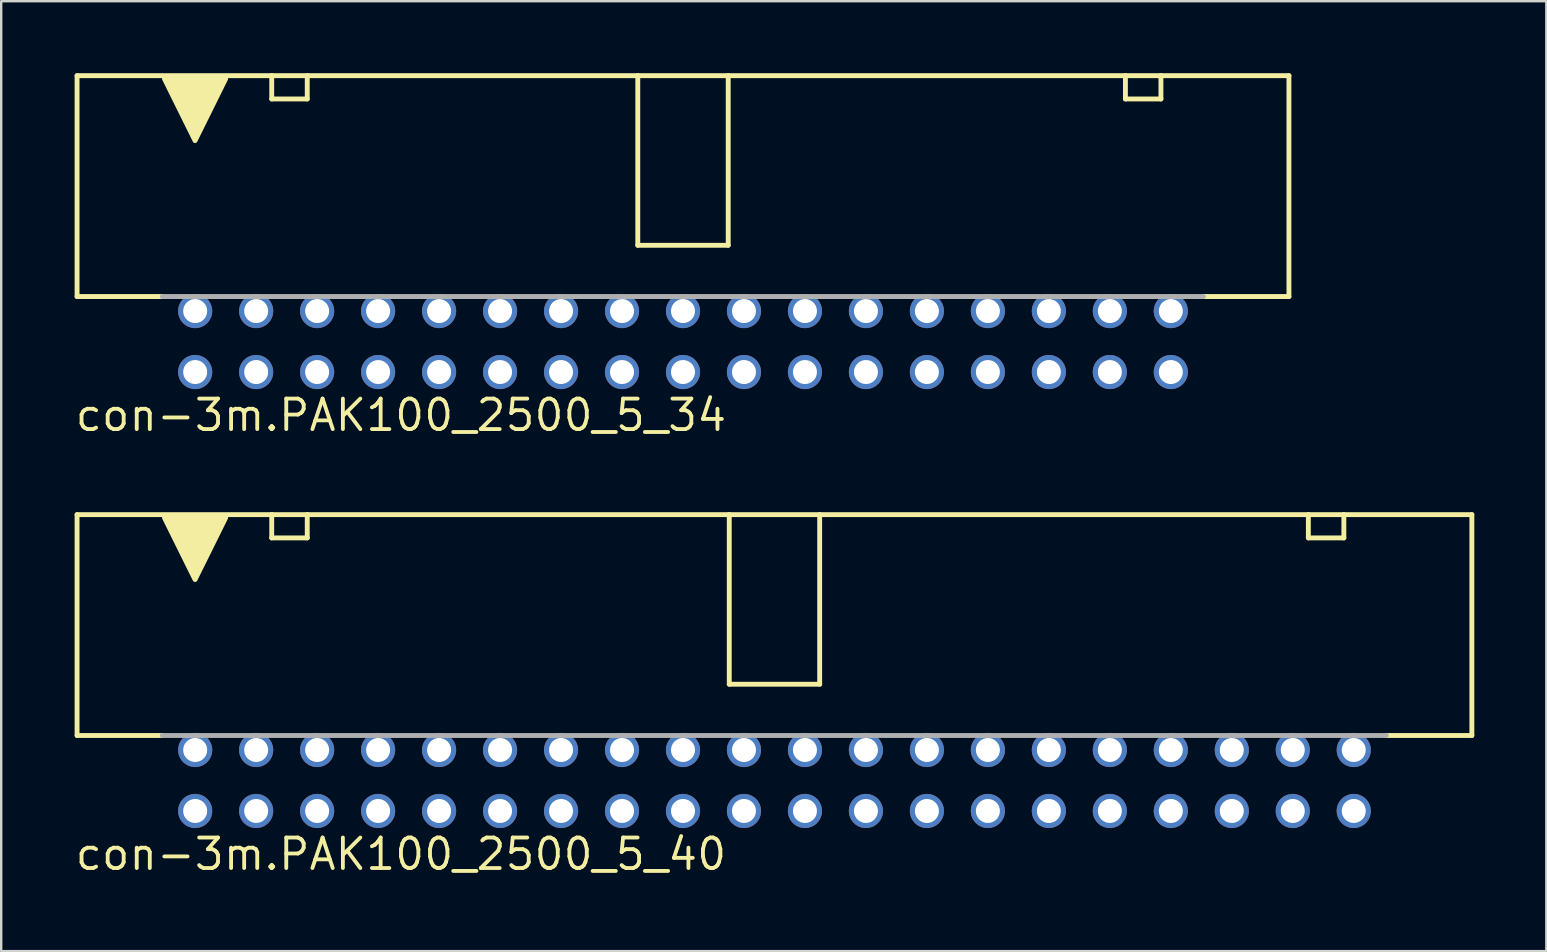
<source format=kicad_pcb>
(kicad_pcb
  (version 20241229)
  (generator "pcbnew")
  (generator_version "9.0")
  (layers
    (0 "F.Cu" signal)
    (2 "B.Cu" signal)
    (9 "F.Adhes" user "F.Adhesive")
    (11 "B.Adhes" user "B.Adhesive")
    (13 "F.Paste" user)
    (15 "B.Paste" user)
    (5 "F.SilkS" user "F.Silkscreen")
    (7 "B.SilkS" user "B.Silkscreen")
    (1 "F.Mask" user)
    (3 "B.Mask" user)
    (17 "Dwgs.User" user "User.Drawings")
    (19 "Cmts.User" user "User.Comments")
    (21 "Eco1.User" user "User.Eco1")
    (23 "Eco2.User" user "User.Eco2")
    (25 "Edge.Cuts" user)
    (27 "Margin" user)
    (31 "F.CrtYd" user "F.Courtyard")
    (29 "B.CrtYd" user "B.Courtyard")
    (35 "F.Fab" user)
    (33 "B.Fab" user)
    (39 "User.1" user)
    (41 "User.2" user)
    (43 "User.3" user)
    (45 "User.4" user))
  (footprint "con-3m.PAK100_2500_5_40"
    (layer "F.Cu")
    (at 29.21 29.461)
    (property "Reference" "con-3m.PAK100_2500_5_40" (at -29.21 3.81 0) (layer "F.SilkS") (effects (font (size 1.27 1.27) (thickness 0.16)) (justify left bottom)))
    (attr through_hole)
    (fp_line (start -29.05 -11.075) (end -29.05 -1.875) (stroke (width 0.203) (type default)) (layer "F.SilkS"))
    (fp_line (start -25.506 -1.875) (end -29.05 -1.875) (stroke (width 0.203) (type default)) (layer "F.SilkS"))
    (fp_line (start -20.941 -11.075) (end -29.05 -11.075) (stroke (width 0.203) (type default)) (layer "F.SilkS"))
    (fp_line (start -20.941 -11.075) (end -19.462 -11.075) (stroke (width 0.203) (type default)) (layer "F.SilkS"))
    (fp_line (start -20.941 -10.105) (end -20.941 -11.075) (stroke (width 0.203) (type default)) (layer "F.SilkS"))
    (fp_line (start -19.462 -11.075) (end -19.462 -10.105) (stroke (width 0.203) (type default)) (layer "F.SilkS"))
    (fp_line (start -19.462 -10.105) (end -20.941 -10.105) (stroke (width 0.203) (type default)) (layer "F.SilkS"))
    (fp_line (start -1.883 -11.075) (end -19.462 -11.075) (stroke (width 0.203) (type default)) (layer "F.SilkS"))
    (fp_line (start -1.883 -4.01) (end -1.883 -11.075) (stroke (width 0.203) (type default)) (layer "F.SilkS"))
    (fp_line (start 1.883 -11.075) (end -1.883 -11.075) (stroke (width 0.203) (type default)) (layer "F.SilkS"))
    (fp_line (start 1.883 -11.075) (end 1.883 -4.01) (stroke (width 0.203) (type default)) (layer "F.SilkS"))
    (fp_line (start 1.883 -4.01) (end -1.883 -4.01) (stroke (width 0.203) (type default)) (layer "F.SilkS"))
    (fp_line (start 22.239 -11.075) (end 1.883 -11.075) (stroke (width 0.203) (type default)) (layer "F.SilkS"))
    (fp_line (start 22.239 -11.075) (end 23.718 -11.075) (stroke (width 0.203) (type default)) (layer "F.SilkS"))
    (fp_line (start 22.239 -10.105) (end 22.239 -11.075) (stroke (width 0.203) (type default)) (layer "F.SilkS"))
    (fp_line (start 23.718 -11.075) (end 23.718 -10.105) (stroke (width 0.203) (type default)) (layer "F.SilkS"))
    (fp_line (start 23.718 -10.105) (end 22.239 -10.105) (stroke (width 0.203) (type default)) (layer "F.SilkS"))
    (fp_line (start 29.05 -11.075) (end 23.718 -11.075) (stroke (width 0.203) (type default)) (layer "F.SilkS"))
    (fp_line (start 29.05 -1.875) (end 25.493 -1.875) (stroke (width 0.203) (type default)) (layer "F.SilkS"))
    (fp_line (start 29.05 -1.875) (end 29.05 -11.075) (stroke (width 0.203) (type default)) (layer "F.SilkS"))
    (fp_poly (pts (xy -25.41 -10.945) (xy -22.86 -10.945) (xy -24.135 -8.37)) (stroke (width 0.203) (type default)) (fill yes) (layer "F.SilkS"))
    (fp_line (start 25.489 -1.875) (end -25.502 -1.875) (stroke (width 0.203) (type default)) (layer "F.Fab"))
    (pad "1" thru_hole circle (at -24.13 1.27) (size 1.422 1.422) (drill 1) (layers "*.Cu" "*.Mask"))
    (pad "2" thru_hole circle (at -24.13 -1.27) (size 1.422 1.422) (drill 1) (layers "*.Cu" "*.Mask"))
    (pad "3" thru_hole circle (at -21.59 1.27) (size 1.422 1.422) (drill 1) (layers "*.Cu" "*.Mask"))
    (pad "4" thru_hole circle (at -21.59 -1.27) (size 1.422 1.422) (drill 1) (layers "*.Cu" "*.Mask"))
    (pad "5" thru_hole circle (at -19.05 1.27) (size 1.422 1.422) (drill 1) (layers "*.Cu" "*.Mask"))
    (pad "6" thru_hole circle (at -19.05 -1.27) (size 1.422 1.422) (drill 1) (layers "*.Cu" "*.Mask"))
    (pad "7" thru_hole circle (at -16.51 1.27) (size 1.422 1.422) (drill 1) (layers "*.Cu" "*.Mask"))
    (pad "8" thru_hole circle (at -16.51 -1.27) (size 1.422 1.422) (drill 1) (layers "*.Cu" "*.Mask"))
    (pad "9" thru_hole circle (at -13.97 1.27) (size 1.422 1.422) (drill 1) (layers "*.Cu" "*.Mask"))
    (pad "10" thru_hole circle (at -13.97 -1.27) (size 1.422 1.422) (drill 1) (layers "*.Cu" "*.Mask"))
    (pad "11" thru_hole circle (at -11.43 1.27) (size 1.422 1.422) (drill 1) (layers "*.Cu" "*.Mask"))
    (pad "12" thru_hole circle (at -11.43 -1.27) (size 1.422 1.422) (drill 1) (layers "*.Cu" "*.Mask"))
    (pad "13" thru_hole circle (at -8.89 1.27) (size 1.422 1.422) (drill 1) (layers "*.Cu" "*.Mask"))
    (pad "14" thru_hole circle (at -8.89 -1.27) (size 1.422 1.422) (drill 1) (layers "*.Cu" "*.Mask"))
    (pad "15" thru_hole circle (at -6.35 1.27) (size 1.422 1.422) (drill 1) (layers "*.Cu" "*.Mask"))
    (pad "16" thru_hole circle (at -6.35 -1.27) (size 1.422 1.422) (drill 1) (layers "*.Cu" "*.Mask"))
    (pad "17" thru_hole circle (at -3.81 1.27) (size 1.422 1.422) (drill 1) (layers "*.Cu" "*.Mask"))
    (pad "18" thru_hole circle (at -3.81 -1.27) (size 1.422 1.422) (drill 1) (layers "*.Cu" "*.Mask"))
    (pad "19" thru_hole circle (at -1.27 1.27) (size 1.422 1.422) (drill 1) (layers "*.Cu" "*.Mask"))
    (pad "20" thru_hole circle (at -1.27 -1.27) (size 1.422 1.422) (drill 1) (layers "*.Cu" "*.Mask"))
    (pad "21" thru_hole circle (at 1.27 1.27) (size 1.422 1.422) (drill 1) (layers "*.Cu" "*.Mask"))
    (pad "22" thru_hole circle (at 1.27 -1.27) (size 1.422 1.422) (drill 1) (layers "*.Cu" "*.Mask"))
    (pad "23" thru_hole circle (at 3.81 1.27) (size 1.422 1.422) (drill 1) (layers "*.Cu" "*.Mask"))
    (pad "24" thru_hole circle (at 3.81 -1.27) (size 1.422 1.422) (drill 1) (layers "*.Cu" "*.Mask"))
    (pad "25" thru_hole circle (at 6.35 1.27) (size 1.422 1.422) (drill 1) (layers "*.Cu" "*.Mask"))
    (pad "26" thru_hole circle (at 6.35 -1.27) (size 1.422 1.422) (drill 1) (layers "*.Cu" "*.Mask"))
    (pad "27" thru_hole circle (at 8.89 1.27) (size 1.422 1.422) (drill 1) (layers "*.Cu" "*.Mask"))
    (pad "28" thru_hole circle (at 8.89 -1.27) (size 1.422 1.422) (drill 1) (layers "*.Cu" "*.Mask"))
    (pad "29" thru_hole circle (at 11.43 1.27) (size 1.422 1.422) (drill 1) (layers "*.Cu" "*.Mask"))
    (pad "30" thru_hole circle (at 11.43 -1.27) (size 1.422 1.422) (drill 1) (layers "*.Cu" "*.Mask"))
    (pad "31" thru_hole circle (at 13.97 1.27) (size 1.422 1.422) (drill 1) (layers "*.Cu" "*.Mask"))
    (pad "32" thru_hole circle (at 13.97 -1.27) (size 1.422 1.422) (drill 1) (layers "*.Cu" "*.Mask"))
    (pad "33" thru_hole circle (at 16.51 1.27) (size 1.422 1.422) (drill 1) (layers "*.Cu" "*.Mask"))
    (pad "34" thru_hole circle (at 16.51 -1.27) (size 1.422 1.422) (drill 1) (layers "*.Cu" "*.Mask"))
    (pad "35" thru_hole circle (at 19.05 1.27) (size 1.422 1.422) (drill 1) (layers "*.Cu" "*.Mask"))
    (pad "36" thru_hole circle (at 19.05 -1.27) (size 1.422 1.422) (drill 1) (layers "*.Cu" "*.Mask"))
    (pad "37" thru_hole circle (at 21.59 1.27) (size 1.422 1.422) (drill 1) (layers "*.Cu" "*.Mask"))
    (pad "38" thru_hole circle (at 21.59 -1.27) (size 1.422 1.422) (drill 1) (layers "*.Cu" "*.Mask"))
    (pad "39" thru_hole circle (at 24.13 1.27) (size 1.422 1.422) (drill 1) (layers "*.Cu" "*.Mask"))
    (pad "40" thru_hole circle (at 24.13 -1.27) (size 1.422 1.422) (drill 1) (layers "*.Cu" "*.Mask")))
  (footprint "con-3m.PAK100_2500_5_34"
    (layer "F.Cu")
    (at 25.4 11.177)
    (property "Reference" "con-3m.PAK100_2500_5_34" (at -25.4 3.81 0) (layer "F.SilkS") (effects (font (size 1.27 1.27) (thickness 0.16)) (justify left bottom)))
    (attr through_hole)
    (fp_line (start -25.24 -11.075) (end -25.24 -1.875) (stroke (width 0.203) (type default)) (layer "F.SilkS"))
    (fp_line (start -21.696 -1.875) (end -25.24 -1.875) (stroke (width 0.203) (type default)) (layer "F.SilkS"))
    (fp_line (start -17.131 -11.075) (end -25.24 -11.075) (stroke (width 0.203) (type default)) (layer "F.SilkS"))
    (fp_line (start -17.131 -11.075) (end -15.652 -11.075) (stroke (width 0.203) (type default)) (layer "F.SilkS"))
    (fp_line (start -17.131 -10.105) (end -17.131 -11.075) (stroke (width 0.203) (type default)) (layer "F.SilkS"))
    (fp_line (start -15.652 -11.075) (end -15.652 -10.105) (stroke (width 0.203) (type default)) (layer "F.SilkS"))
    (fp_line (start -15.652 -10.105) (end -17.131 -10.105) (stroke (width 0.203) (type default)) (layer "F.SilkS"))
    (fp_line (start -1.883 -11.075) (end -15.652 -11.075) (stroke (width 0.203) (type default)) (layer "F.SilkS"))
    (fp_line (start -1.883 -4.01) (end -1.883 -11.075) (stroke (width 0.203) (type default)) (layer "F.SilkS"))
    (fp_line (start 1.883 -11.075) (end -1.883 -11.075) (stroke (width 0.203) (type default)) (layer "F.SilkS"))
    (fp_line (start 1.883 -11.075) (end 1.883 -4.01) (stroke (width 0.203) (type default)) (layer "F.SilkS"))
    (fp_line (start 1.883 -4.01) (end -1.883 -4.01) (stroke (width 0.203) (type default)) (layer "F.SilkS"))
    (fp_line (start 18.429 -11.075) (end 1.883 -11.075) (stroke (width 0.203) (type default)) (layer "F.SilkS"))
    (fp_line (start 18.429 -11.075) (end 19.908 -11.075) (stroke (width 0.203) (type default)) (layer "F.SilkS"))
    (fp_line (start 18.429 -10.105) (end 18.429 -11.075) (stroke (width 0.203) (type default)) (layer "F.SilkS"))
    (fp_line (start 19.908 -11.075) (end 19.908 -10.105) (stroke (width 0.203) (type default)) (layer "F.SilkS"))
    (fp_line (start 19.908 -10.105) (end 18.429 -10.105) (stroke (width 0.203) (type default)) (layer "F.SilkS"))
    (fp_line (start 25.24 -11.075) (end 19.908 -11.075) (stroke (width 0.203) (type default)) (layer "F.SilkS"))
    (fp_line (start 25.24 -1.875) (end 21.683 -1.875) (stroke (width 0.203) (type default)) (layer "F.SilkS"))
    (fp_line (start 25.24 -1.875) (end 25.24 -11.075) (stroke (width 0.203) (type default)) (layer "F.SilkS"))
    (fp_poly (pts (xy -21.6 -10.945) (xy -19.05 -10.945) (xy -20.325 -8.37)) (stroke (width 0.203) (type default)) (fill yes) (layer "F.SilkS"))
    (fp_line (start 21.679 -1.875) (end -21.692 -1.875) (stroke (width 0.203) (type default)) (layer "F.Fab"))
    (pad "1" thru_hole circle (at -20.32 1.27) (size 1.422 1.422) (drill 1) (layers "*.Cu" "*.Mask"))
    (pad "2" thru_hole circle (at -20.32 -1.27) (size 1.422 1.422) (drill 1) (layers "*.Cu" "*.Mask"))
    (pad "3" thru_hole circle (at -17.78 1.27) (size 1.422 1.422) (drill 1) (layers "*.Cu" "*.Mask"))
    (pad "4" thru_hole circle (at -17.78 -1.27) (size 1.422 1.422) (drill 1) (layers "*.Cu" "*.Mask"))
    (pad "5" thru_hole circle (at -15.24 1.27) (size 1.422 1.422) (drill 1) (layers "*.Cu" "*.Mask"))
    (pad "6" thru_hole circle (at -15.24 -1.27) (size 1.422 1.422) (drill 1) (layers "*.Cu" "*.Mask"))
    (pad "7" thru_hole circle (at -12.7 1.27) (size 1.422 1.422) (drill 1) (layers "*.Cu" "*.Mask"))
    (pad "8" thru_hole circle (at -12.7 -1.27) (size 1.422 1.422) (drill 1) (layers "*.Cu" "*.Mask"))
    (pad "9" thru_hole circle (at -10.16 1.27) (size 1.422 1.422) (drill 1) (layers "*.Cu" "*.Mask"))
    (pad "10" thru_hole circle (at -10.16 -1.27) (size 1.422 1.422) (drill 1) (layers "*.Cu" "*.Mask"))
    (pad "11" thru_hole circle (at -7.62 1.27) (size 1.422 1.422) (drill 1) (layers "*.Cu" "*.Mask"))
    (pad "12" thru_hole circle (at -7.62 -1.27) (size 1.422 1.422) (drill 1) (layers "*.Cu" "*.Mask"))
    (pad "13" thru_hole circle (at -5.08 1.27) (size 1.422 1.422) (drill 1) (layers "*.Cu" "*.Mask"))
    (pad "14" thru_hole circle (at -5.08 -1.27) (size 1.422 1.422) (drill 1) (layers "*.Cu" "*.Mask"))
    (pad "15" thru_hole circle (at -2.54 1.27) (size 1.422 1.422) (drill 1) (layers "*.Cu" "*.Mask"))
    (pad "16" thru_hole circle (at -2.54 -1.27) (size 1.422 1.422) (drill 1) (layers "*.Cu" "*.Mask"))
    (pad "17" thru_hole circle (at 0 1.27) (size 1.422 1.422) (drill 1) (layers "*.Cu" "*.Mask"))
    (pad "18" thru_hole circle (at 0 -1.27) (size 1.422 1.422) (drill 1) (layers "*.Cu" "*.Mask"))
    (pad "19" thru_hole circle (at 2.54 1.27) (size 1.422 1.422) (drill 1) (layers "*.Cu" "*.Mask"))
    (pad "20" thru_hole circle (at 2.54 -1.27) (size 1.422 1.422) (drill 1) (layers "*.Cu" "*.Mask"))
    (pad "21" thru_hole circle (at 5.08 1.27) (size 1.422 1.422) (drill 1) (layers "*.Cu" "*.Mask"))
    (pad "22" thru_hole circle (at 5.08 -1.27) (size 1.422 1.422) (drill 1) (layers "*.Cu" "*.Mask"))
    (pad "23" thru_hole circle (at 7.62 1.27) (size 1.422 1.422) (drill 1) (layers "*.Cu" "*.Mask"))
    (pad "24" thru_hole circle (at 7.62 -1.27) (size 1.422 1.422) (drill 1) (layers "*.Cu" "*.Mask"))
    (pad "25" thru_hole circle (at 10.16 1.27) (size 1.422 1.422) (drill 1) (layers "*.Cu" "*.Mask"))
    (pad "26" thru_hole circle (at 10.16 -1.27) (size 1.422 1.422) (drill 1) (layers "*.Cu" "*.Mask"))
    (pad "27" thru_hole circle (at 12.7 1.27) (size 1.422 1.422) (drill 1) (layers "*.Cu" "*.Mask"))
    (pad "28" thru_hole circle (at 12.7 -1.27) (size 1.422 1.422) (drill 1) (layers "*.Cu" "*.Mask"))
    (pad "29" thru_hole circle (at 15.24 1.27) (size 1.422 1.422) (drill 1) (layers "*.Cu" "*.Mask"))
    (pad "30" thru_hole circle (at 15.24 -1.27) (size 1.422 1.422) (drill 1) (layers "*.Cu" "*.Mask"))
    (pad "31" thru_hole circle (at 17.78 1.27) (size 1.422 1.422) (drill 1) (layers "*.Cu" "*.Mask"))
    (pad "32" thru_hole circle (at 17.78 -1.27) (size 1.422 1.422) (drill 1) (layers "*.Cu" "*.Mask"))
    (pad "33" thru_hole circle (at 20.32 1.27) (size 1.422 1.422) (drill 1) (layers "*.Cu" "*.Mask"))
    (pad "34" thru_hole circle (at 20.32 -1.27) (size 1.422 1.422) (drill 1) (layers "*.Cu" "*.Mask")))
  (gr_rect
    (start -3 -3)
    (end 61.362 36.568)
    (stroke (width 0.1) (type default))
    (fill no)
    (layer "Edge.Cuts")))
</source>
